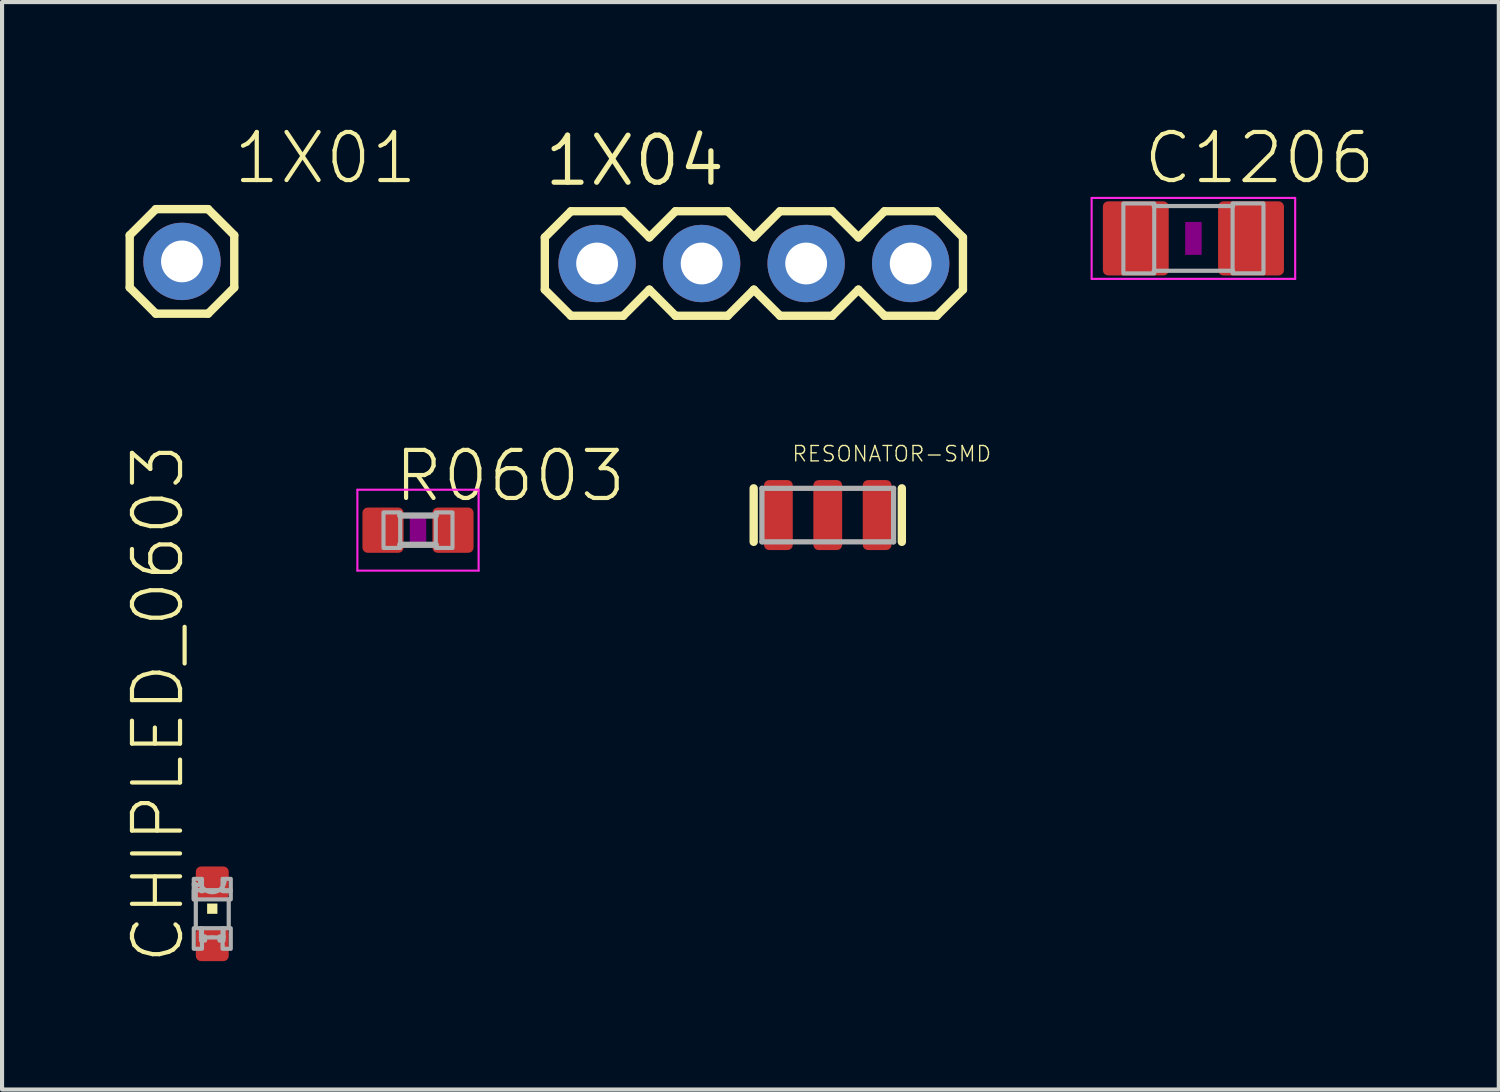
<source format=kicad_pcb>
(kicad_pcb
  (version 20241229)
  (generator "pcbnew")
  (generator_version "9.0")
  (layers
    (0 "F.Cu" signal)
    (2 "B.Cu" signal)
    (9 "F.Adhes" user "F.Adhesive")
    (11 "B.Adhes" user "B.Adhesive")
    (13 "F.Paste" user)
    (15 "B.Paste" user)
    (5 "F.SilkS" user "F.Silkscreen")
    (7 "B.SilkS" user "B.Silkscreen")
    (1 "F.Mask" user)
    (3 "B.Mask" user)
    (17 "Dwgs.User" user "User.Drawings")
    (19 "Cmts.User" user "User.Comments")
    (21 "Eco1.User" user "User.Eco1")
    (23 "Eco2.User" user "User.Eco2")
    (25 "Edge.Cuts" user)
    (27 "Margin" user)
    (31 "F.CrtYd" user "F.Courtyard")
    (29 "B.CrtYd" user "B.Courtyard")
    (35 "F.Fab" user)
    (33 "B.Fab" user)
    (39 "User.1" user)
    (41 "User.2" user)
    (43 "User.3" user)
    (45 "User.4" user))
  (footprint "R0603"
    (layer "F.Cu")
    (at 7.107 9.833)
    (property "Reference" "R0603" (at -0.635 -0.635 0) (layer "F.SilkS") (effects (font (size 1.168 1.168) (thickness 0.102)) (justify left bottom)))
    (fp_poly (pts (xy -0.2 0.4) (xy 0.2 0.4) (xy 0.2 -0.4) (xy -0.2 -0.4)) (stroke (width 0) (type solid)) (fill yes) (layer "F.Adhes"))
    (fp_line (start -1.473 -0.983) (end 1.473 -0.983) (stroke (width 0.051) (type solid)) (layer "F.CrtYd"))
    (fp_line (start -1.473 0.983) (end -1.473 -0.983) (stroke (width 0.051) (type solid)) (layer "F.CrtYd"))
    (fp_line (start 1.473 -0.983) (end 1.473 0.983) (stroke (width 0.051) (type solid)) (layer "F.CrtYd"))
    (fp_line (start 1.473 0.983) (end -1.473 0.983) (stroke (width 0.051) (type solid)) (layer "F.CrtYd"))
    (fp_line (start -0.432 0.356) (end 0.432 0.356) (stroke (width 0.152) (type solid)) (layer "F.Fab"))
    (fp_line (start 0.432 -0.356) (end -0.432 -0.356) (stroke (width 0.152) (type solid)) (layer "F.Fab"))
    (fp_poly (pts (xy -0.838 0.432) (xy -0.432 0.432) (xy -0.432 -0.432) (xy -0.838 -0.432)) (stroke (width 0.1) (type solid)) (fill no) (layer "F.Fab"))
    (fp_poly (pts (xy 0.432 0.432) (xy 0.838 0.432) (xy 0.838 -0.432) (xy 0.432 -0.432)) (stroke (width 0.1) (type solid)) (fill no) (layer "F.Fab"))
    (pad "1" smd roundrect (at -0.85 0) (size 1 1.1) (layers "F.Cu" "F.Mask" "F.Paste") (roundrect_rratio 0.127))
    (pad "2" smd roundrect (at 0.85 0) (size 1 1.1) (layers "F.Cu" "F.Mask" "F.Paste") (roundrect_rratio 0.127)))
  (footprint "RESONATOR-SMD"
    (layer "F.Cu")
    (at 17.064 9.466)
    (property "Reference" "RESONATOR-SMD" (at -0.889 -1.27 0) (layer "F.SilkS") (effects (font (size 0.374 0.374) (thickness 0.033)) (justify left bottom)))
    (fp_line (start -1.8 0.65) (end -1.8 -0.65) (stroke (width 0.203) (type solid)) (layer "F.SilkS"))
    (fp_line (start 1.8 -0.65) (end 1.8 0.65) (stroke (width 0.203) (type solid)) (layer "F.SilkS"))
    (fp_line (start -1.6 -0.65) (end 1.6 -0.65) (stroke (width 0.127) (type solid)) (layer "F.Fab"))
    (fp_line (start -1.6 0.65) (end -1.6 -0.65) (stroke (width 0.127) (type solid)) (layer "F.Fab"))
    (fp_line (start 1.6 -0.65) (end 1.6 0.65) (stroke (width 0.127) (type solid)) (layer "F.Fab"))
    (fp_line (start 1.6 0.65) (end -1.6 0.65) (stroke (width 0.127) (type solid)) (layer "F.Fab"))
    (pad "1" smd roundrect (at -1.2 0) (size 0.7 1.7) (layers "F.Cu" "F.Mask" "F.Paste") (roundrect_rratio 0.181))
    (pad "2" smd roundrect (at 0 0) (size 0.7 1.7) (layers "F.Cu" "F.Mask" "F.Paste") (roundrect_rratio 0.181))
    (pad "3" smd roundrect (at 1.2 0) (size 0.7 1.7) (layers "F.Cu" "F.Mask" "F.Paste") (roundrect_rratio 0.181)))
  (footprint "1X04"
    (layer "F.Cu")
    (at 11.459 3.353)
    (property "Reference" "1X04" (at -1.346 -1.829 0) (layer "F.SilkS") (effects (font (size 1.143 1.143) (thickness 0.127)) (justify left bottom)))
    (fp_line (start -1.27 -0.635) (end -1.27 0.635) (stroke (width 0.203) (type solid)) (layer "F.SilkS"))
    (fp_line (start -1.27 0.635) (end -0.635 1.27) (stroke (width 0.203) (type solid)) (layer "F.SilkS"))
    (fp_line (start -0.635 -1.27) (end -1.27 -0.635) (stroke (width 0.203) (type solid)) (layer "F.SilkS"))
    (fp_line (start -0.635 -1.27) (end 0.635 -1.27) (stroke (width 0.203) (type solid)) (layer "F.SilkS"))
    (fp_line (start 0.635 -1.27) (end 1.27 -0.635) (stroke (width 0.203) (type solid)) (layer "F.SilkS"))
    (fp_line (start 0.635 1.27) (end -0.635 1.27) (stroke (width 0.203) (type solid)) (layer "F.SilkS"))
    (fp_line (start 1.27 -0.635) (end 1.905 -1.27) (stroke (width 0.203) (type solid)) (layer "F.SilkS"))
    (fp_line (start 1.27 0.635) (end 0.635 1.27) (stroke (width 0.203) (type solid)) (layer "F.SilkS"))
    (fp_line (start 1.905 -1.27) (end 3.175 -1.27) (stroke (width 0.203) (type solid)) (layer "F.SilkS"))
    (fp_line (start 1.905 1.27) (end 1.27 0.635) (stroke (width 0.203) (type solid)) (layer "F.SilkS"))
    (fp_line (start 3.175 -1.27) (end 3.81 -0.635) (stroke (width 0.203) (type solid)) (layer "F.SilkS"))
    (fp_line (start 3.175 1.27) (end 1.905 1.27) (stroke (width 0.203) (type solid)) (layer "F.SilkS"))
    (fp_line (start 3.81 -0.635) (end 4.445 -1.27) (stroke (width 0.203) (type solid)) (layer "F.SilkS"))
    (fp_line (start 3.81 0.635) (end 3.175 1.27) (stroke (width 0.203) (type solid)) (layer "F.SilkS"))
    (fp_line (start 4.445 -1.27) (end 5.715 -1.27) (stroke (width 0.203) (type solid)) (layer "F.SilkS"))
    (fp_line (start 4.445 1.27) (end 3.81 0.635) (stroke (width 0.203) (type solid)) (layer "F.SilkS"))
    (fp_line (start 5.715 -1.27) (end 6.35 -0.635) (stroke (width 0.203) (type solid)) (layer "F.SilkS"))
    (fp_line (start 5.715 1.27) (end 4.445 1.27) (stroke (width 0.203) (type solid)) (layer "F.SilkS"))
    (fp_line (start 6.35 0.635) (end 5.715 1.27) (stroke (width 0.203) (type solid)) (layer "F.SilkS"))
    (fp_line (start 6.35 0.635) (end 6.985 1.27) (stroke (width 0.203) (type solid)) (layer "F.SilkS"))
    (fp_line (start 6.985 -1.27) (end 6.35 -0.635) (stroke (width 0.203) (type solid)) (layer "F.SilkS"))
    (fp_line (start 6.985 -1.27) (end 8.255 -1.27) (stroke (width 0.203) (type solid)) (layer "F.SilkS"))
    (fp_line (start 8.255 -1.27) (end 8.89 -0.635) (stroke (width 0.203) (type solid)) (layer "F.SilkS"))
    (fp_line (start 8.255 1.27) (end 6.985 1.27) (stroke (width 0.203) (type solid)) (layer "F.SilkS"))
    (fp_line (start 8.89 -0.635) (end 8.89 0.635) (stroke (width 0.203) (type solid)) (layer "F.SilkS"))
    (fp_line (start 8.89 0.635) (end 8.255 1.27) (stroke (width 0.203) (type solid)) (layer "F.SilkS"))
    (fp_poly (pts (xy -0.254 0.254) (xy 0.254 0.254) (xy 0.254 -0.254) (xy -0.254 -0.254)) (stroke (width 0.1) (type solid)) (fill no) (layer "F.Fab"))
    (fp_poly (pts (xy 2.286 0.254) (xy 2.794 0.254) (xy 2.794 -0.254) (xy 2.286 -0.254)) (stroke (width 0.1) (type solid)) (fill no) (layer "F.Fab"))
    (fp_poly (pts (xy 4.826 0.254) (xy 5.334 0.254) (xy 5.334 -0.254) (xy 4.826 -0.254)) (stroke (width 0.1) (type solid)) (fill no) (layer "F.Fab"))
    (fp_poly (pts (xy 7.366 0.254) (xy 7.874 0.254) (xy 7.874 -0.254) (xy 7.366 -0.254)) (stroke (width 0.1) (type solid)) (fill no) (layer "F.Fab"))
    (pad "1" thru_hole circle (at 0 0 90) (size 1.88 1.88) (drill 1.016) (layers "*.Cu" "*.Mask"))
    (pad "2" thru_hole circle (at 2.54 0 90) (size 1.88 1.88) (drill 1.016) (layers "*.Cu" "*.Mask"))
    (pad "3" thru_hole circle (at 5.08 0 90) (size 1.88 1.88) (drill 1.016) (layers "*.Cu" "*.Mask"))
    (pad "4" thru_hole circle (at 7.62 0 90) (size 1.88 1.88) (drill 1.016) (layers "*.Cu" "*.Mask")))
  (footprint "1X01"
    (layer "F.Cu")
    (at 1.372 3.302)
    (property "Reference" "1X01" (at 1.194 -1.829 0) (layer "F.SilkS") (effects (font (size 1.168 1.168) (thickness 0.102)) (justify left bottom)))
    (fp_line (start -1.27 -0.635) (end -1.27 0.635) (stroke (width 0.203) (type solid)) (layer "F.SilkS"))
    (fp_line (start -1.27 0.635) (end -0.635 1.27) (stroke (width 0.203) (type solid)) (layer "F.SilkS"))
    (fp_line (start -0.635 -1.27) (end -1.27 -0.635) (stroke (width 0.203) (type solid)) (layer "F.SilkS"))
    (fp_line (start -0.635 1.27) (end 0.635 1.27) (stroke (width 0.203) (type solid)) (layer "F.SilkS"))
    (fp_line (start 0.635 -1.27) (end -0.635 -1.27) (stroke (width 0.203) (type solid)) (layer "F.SilkS"))
    (fp_line (start 0.635 1.27) (end 1.27 0.635) (stroke (width 0.203) (type solid)) (layer "F.SilkS"))
    (fp_line (start 1.27 -0.635) (end 0.635 -1.27) (stroke (width 0.203) (type solid)) (layer "F.SilkS"))
    (fp_line (start 1.27 0.635) (end 1.27 -0.635) (stroke (width 0.203) (type solid)) (layer "F.SilkS"))
    (fp_poly (pts (xy -0.254 0.254) (xy 0.254 0.254) (xy 0.254 -0.254) (xy -0.254 -0.254)) (stroke (width 0.1) (type solid)) (fill no) (layer "F.Fab"))
    (pad "1" thru_hole circle (at 0 0 90) (size 1.88 1.88) (drill 1.016) (layers "*.Cu" "*.Mask")))
  (footprint "CHIPLED_0603"
    (layer "F.Cu")
    (at 2.108 19.155)
    (property "Reference" "CHIPLED_0603" (at -0.635 1.27 90) (layer "F.SilkS") (effects (font (size 1.168 1.168) (thickness 0.102)) (justify left bottom)))
    (fp_poly (pts (xy -0.125 0) (xy 0.125 0) (xy 0.125 -0.25) (xy -0.125 -0.25)) (stroke (width 0) (type solid)) (fill yes) (layer "F.SilkS"))
    (fp_line (start -0.4 -0.375) (end -0.4 0.35) (stroke (width 0.102) (type solid)) (layer "F.Fab"))
    (fp_line (start 0.4 -0.35) (end 0.4 0.35) (stroke (width 0.102) (type solid)) (layer "F.Fab"))
    (fp_arc (start -0.275 0.825) (mid 0 0.55) (end 0.275 0.825) (stroke (width 0.0508) (type solid)) (layer "F.Fab"))
    (fp_arc (start 0.3 -0.799998) (mid -0.000001 -0.524966) (end -0.3 -0.8) (stroke (width 0.1016) (type solid)) (layer "F.Fab"))
    (fp_circle (center -0.35 -0.625) (end -0.275 -0.625) (stroke (width 0.051) (type solid)) (fill no) (layer "F.Fab"))
    (fp_poly (pts (xy -0.45 -0.7) (xy -0.25 -0.7) (xy -0.25 -0.85) (xy -0.45 -0.85)) (stroke (width 0.1) (type solid)) (fill no) (layer "F.Fab"))
    (fp_poly (pts (xy -0.45 -0.35) (xy -0.4 -0.35) (xy -0.4 -0.725) (xy -0.45 -0.725)) (stroke (width 0.1) (type solid)) (fill no) (layer "F.Fab"))
    (fp_poly (pts (xy -0.45 -0.35) (xy 0.45 -0.35) (xy 0.45 -0.575) (xy -0.45 -0.575)) (stroke (width 0.1) (type solid)) (fill no) (layer "F.Fab"))
    (fp_poly (pts (xy -0.45 0.85) (xy -0.25 0.85) (xy -0.25 0.35) (xy -0.45 0.35)) (stroke (width 0.1) (type solid)) (fill no) (layer "F.Fab"))
    (fp_poly (pts (xy -0.275 -0.55) (xy -0.225 -0.55) (xy -0.225 -0.6) (xy -0.275 -0.6)) (stroke (width 0.1) (type solid)) (fill no) (layer "F.Fab"))
    (fp_poly (pts (xy -0.275 0.575) (xy 0.275 0.575) (xy 0.275 0.35) (xy -0.275 0.35)) (stroke (width 0.1) (type solid)) (fill no) (layer "F.Fab"))
    (fp_poly (pts (xy -0.275 0.65) (xy -0.175 0.65) (xy -0.175 0.55) (xy -0.275 0.55)) (stroke (width 0.1) (type solid)) (fill no) (layer "F.Fab"))
    (fp_poly (pts (xy 0.175 0.65) (xy 0.275 0.65) (xy 0.275 0.55) (xy 0.175 0.55)) (stroke (width 0.1) (type solid)) (fill no) (layer "F.Fab"))
    (fp_poly (pts (xy 0.25 -0.55) (xy 0.45 -0.55) (xy 0.45 -0.85) (xy 0.25 -0.85)) (stroke (width 0.1) (type solid)) (fill no) (layer "F.Fab"))
    (fp_poly (pts (xy 0.25 0.85) (xy 0.45 0.85) (xy 0.45 0.35) (xy 0.25 0.35)) (stroke (width 0.1) (type solid)) (fill no) (layer "F.Fab"))
    (pad "A" smd roundrect (at 0 0.75) (size 0.8 0.8) (layers "F.Cu" "F.Mask" "F.Paste") (roundrect_rratio 0.159))
    (pad "C" smd roundrect (at 0 -0.75) (size 0.8 0.8) (layers "F.Cu" "F.Mask" "F.Paste") (roundrect_rratio 0.159)))
  (footprint "C1206"
    (layer "F.Cu")
    (at 25.949 2.743)
    (property "Reference" "C1206" (at -1.27 -1.27 0) (layer "F.SilkS") (effects (font (size 1.168 1.168) (thickness 0.102)) (justify left bottom)))
    (fp_poly (pts (xy -0.2 0.4) (xy 0.2 0.4) (xy 0.2 -0.4) (xy -0.2 -0.4)) (stroke (width 0) (type solid)) (fill yes) (layer "F.Adhes"))
    (fp_line (start -2.473 -0.983) (end 2.473 -0.983) (stroke (width 0.051) (type solid)) (layer "F.CrtYd"))
    (fp_line (start -2.473 0.983) (end -2.473 -0.983) (stroke (width 0.051) (type solid)) (layer "F.CrtYd"))
    (fp_line (start 2.473 -0.983) (end 2.473 0.983) (stroke (width 0.051) (type solid)) (layer "F.CrtYd"))
    (fp_line (start 2.473 0.983) (end -2.473 0.983) (stroke (width 0.051) (type solid)) (layer "F.CrtYd"))
    (fp_line (start -0.965 -0.787) (end 0.965 -0.787) (stroke (width 0.102) (type solid)) (layer "F.Fab"))
    (fp_line (start -0.965 0.787) (end 0.965 0.787) (stroke (width 0.102) (type solid)) (layer "F.Fab"))
    (fp_poly (pts (xy -1.702 0.851) (xy -0.952 0.851) (xy -0.952 -0.849) (xy -1.702 -0.849)) (stroke (width 0.1) (type solid)) (fill no) (layer "F.Fab"))
    (fp_poly (pts (xy 0.952 0.849) (xy 1.702 0.849) (xy 1.702 -0.851) (xy 0.952 -0.851)) (stroke (width 0.1) (type solid)) (fill no) (layer "F.Fab"))
    (pad "1" smd roundrect (at -1.4 0) (size 1.6 1.8) (layers "F.Cu" "F.Mask" "F.Paste") (roundrect_rratio 0.079))
    (pad "2" smd roundrect (at 1.4 0) (size 1.6 1.8) (layers "F.Cu" "F.Mask" "F.Paste") (roundrect_rratio 0.079)))
  (gr_rect
    (start -3 -3)
    (end 33.37 23.425)
    (stroke (width 0.1) (type default))
    (fill no)
    (layer "Edge.Cuts")))
</source>
